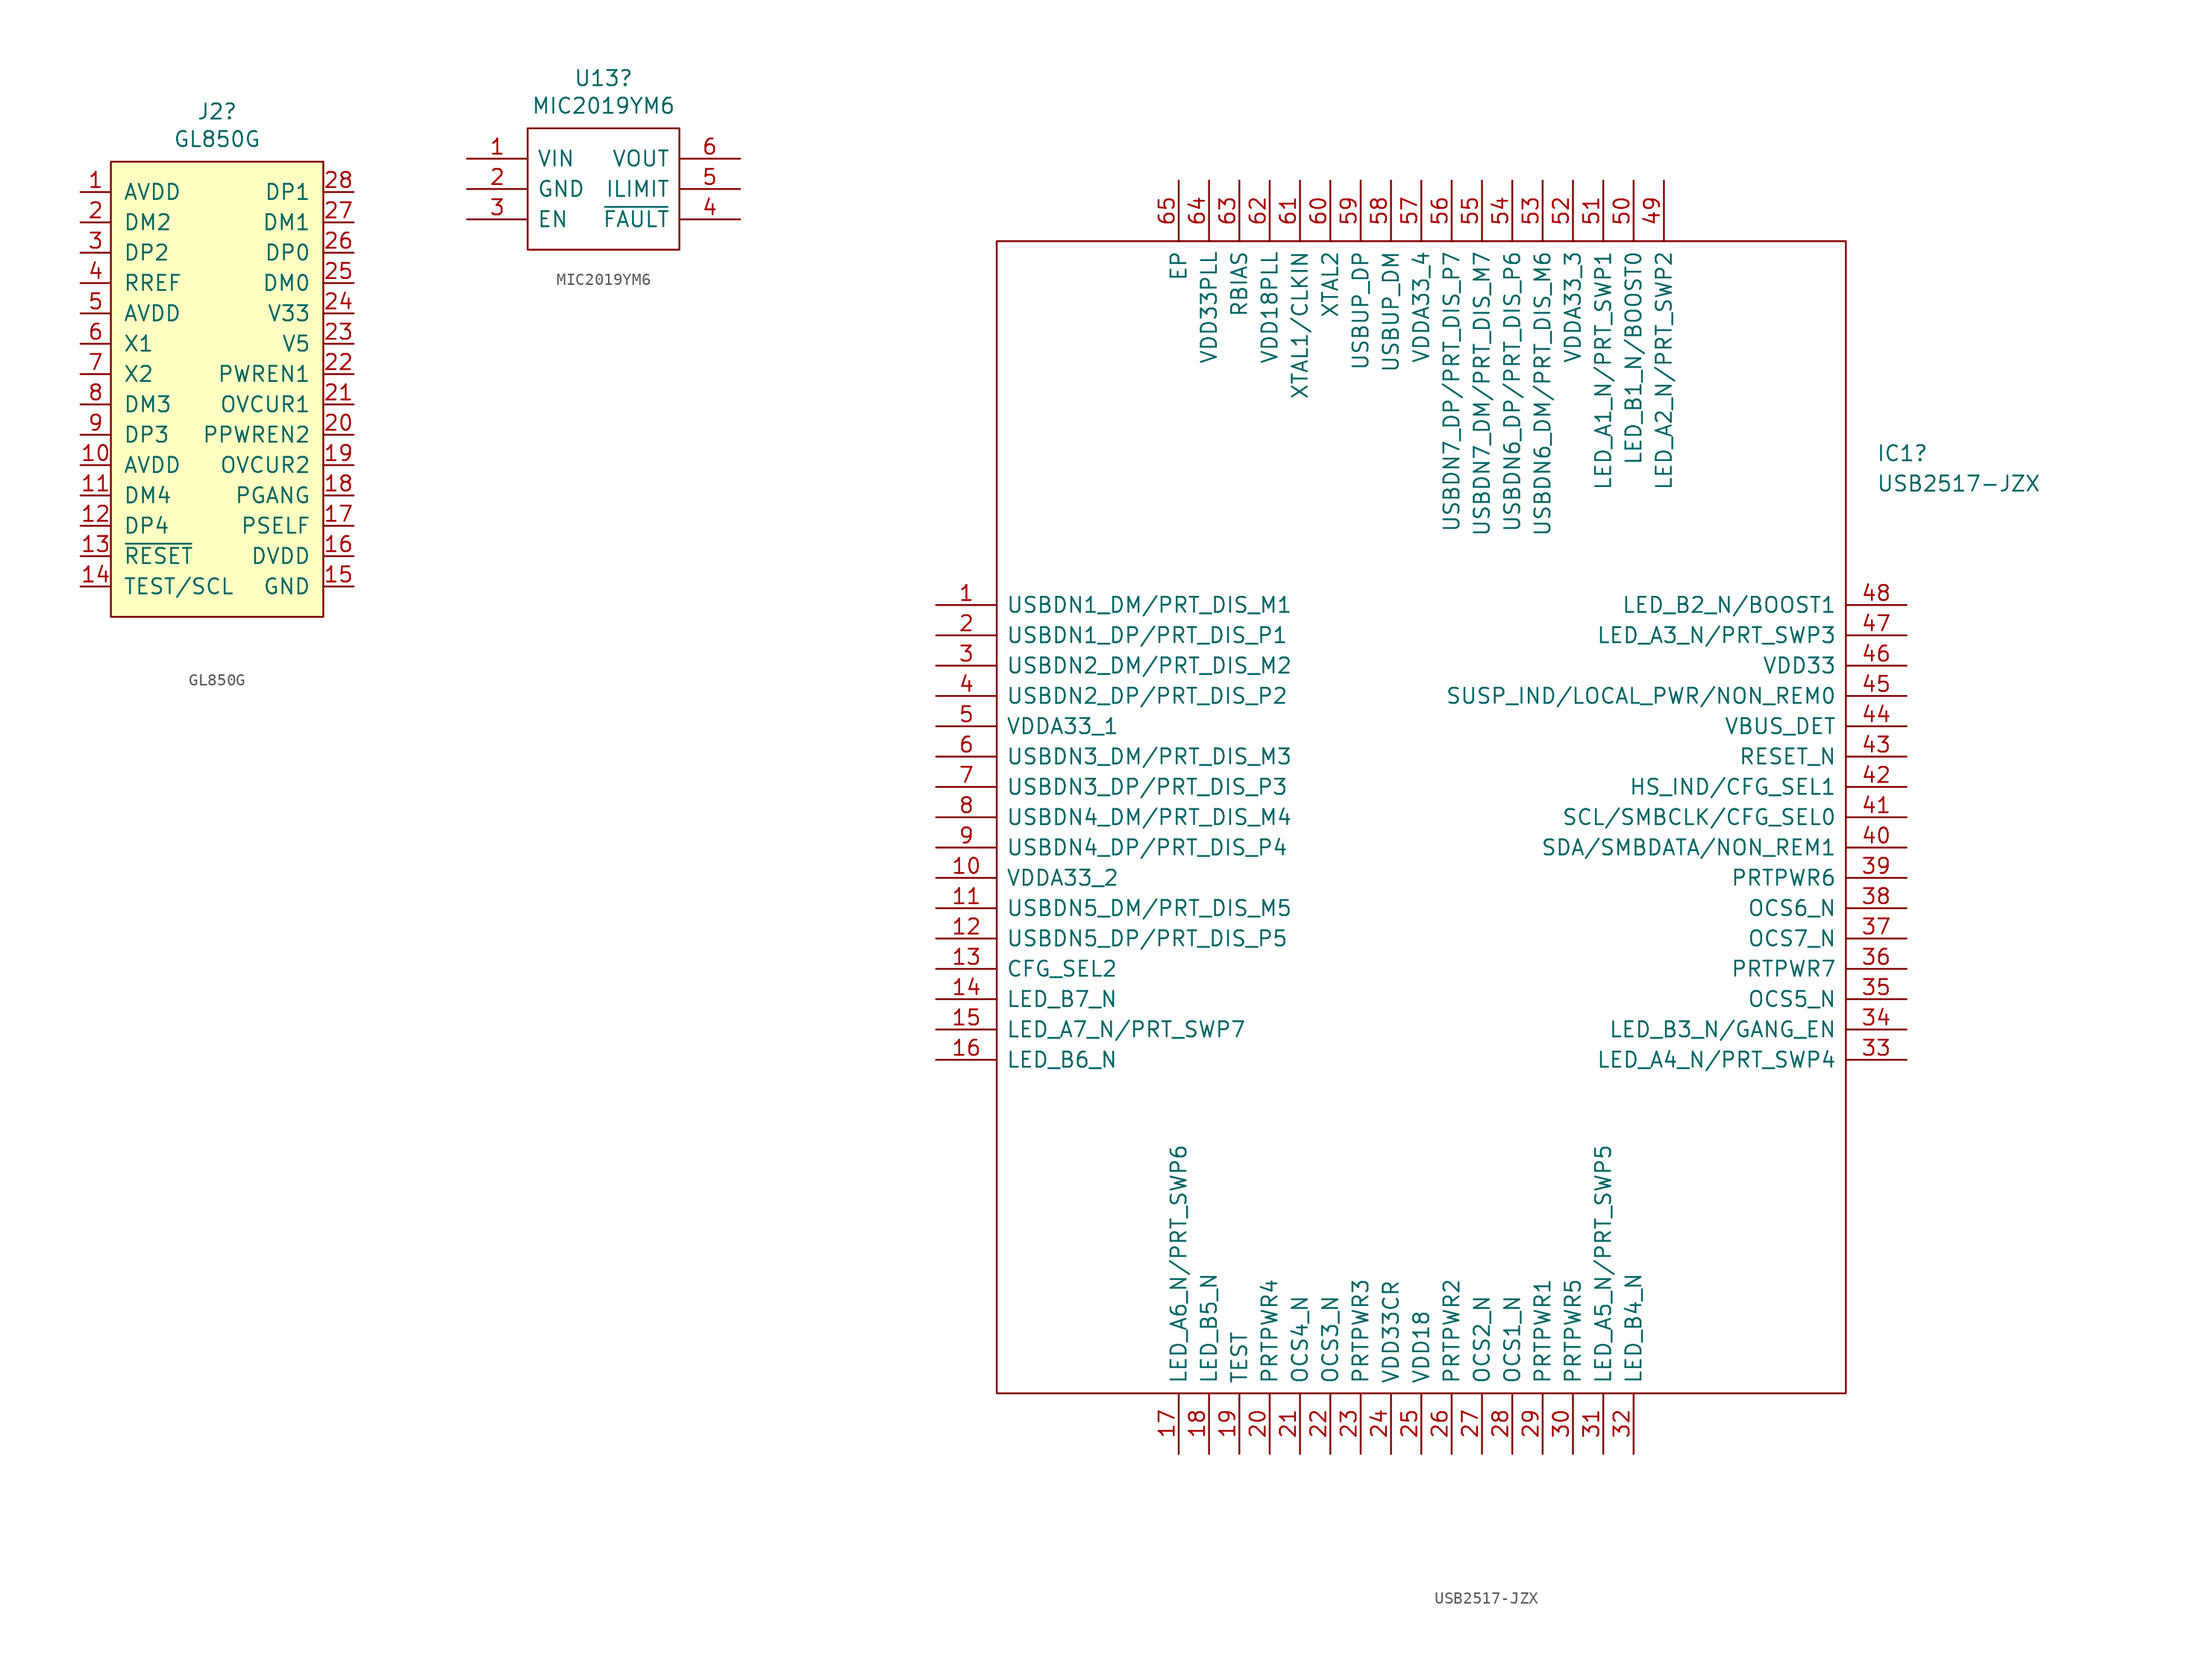
<source format=kicad_sym>
(kicad_symbol_lib
  (version 20211014)
  (generator kicad_symbol_editor)
  (symbol "GL850G"
    (pin_names
      (offset 1.016))
    (property "Reference" "J2"
      (at 0 23.241 0)
      (effects (font (size 1.27 1.27))))
    (property "Value" "GL850G"
      (at 0 20.93 0)
      (effects (font (size 1.27 1.27))))
    (symbol "GL850G_0_1"
      (rectangle (start -8.89 19.05) (end 8.89 -19.05) (stroke (width 0) (type default) (color 0 0 0 0)) (fill (type background))))
    (symbol "GL850G_1_1"
      (pin unspecified line (at -11.43 16.51 0) (length 2.54) (name "AVDD" (effects (font (size 1.27 1.27)))) (number "1" (effects (font (size 1.27 1.27)))))
      (pin unspecified line (at -11.43 -6.35 0) (length 2.54) (name "AVDD" (effects (font (size 1.27 1.27)))) (number "10" (effects (font (size 1.27 1.27)))))
      (pin unspecified line (at -11.43 -8.89 0) (length 2.54) (name "DM4" (effects (font (size 1.27 1.27)))) (number "11" (effects (font (size 1.27 1.27)))))
      (pin unspecified line (at -11.43 -11.43 0) (length 2.54) (name "DP4" (effects (font (size 1.27 1.27)))) (number "12" (effects (font (size 1.27 1.27)))))
      (pin unspecified line (at -11.43 -13.97 0) (length 2.54) (name "~{RESET}" (effects (font (size 1.27 1.27)))) (number "13" (effects (font (size 1.27 1.27)))))
      (pin unspecified line (at -11.43 -16.51 0) (length 2.54) (name "TEST/SCL" (effects (font (size 1.27 1.27)))) (number "14" (effects (font (size 1.27 1.27)))))
      (pin unspecified line (at 11.43 -16.51 180) (length 2.54) (name "GND" (effects (font (size 1.27 1.27)))) (number "15" (effects (font (size 1.27 1.27)))))
      (pin unspecified line (at 11.43 -13.97 180) (length 2.54) (name "DVDD" (effects (font (size 1.27 1.27)))) (number "16" (effects (font (size 1.27 1.27)))))
      (pin unspecified line (at 11.43 -11.43 180) (length 2.54) (name "PSELF" (effects (font (size 1.27 1.27)))) (number "17" (effects (font (size 1.27 1.27)))))
      (pin unspecified line (at 11.43 -8.89 180) (length 2.54) (name "PGANG" (effects (font (size 1.27 1.27)))) (number "18" (effects (font (size 1.27 1.27)))))
      (pin unspecified line (at 11.43 -6.35 180) (length 2.54) (name "OVCUR2" (effects (font (size 1.27 1.27)))) (number "19" (effects (font (size 1.27 1.27)))))
      (pin unspecified line (at -11.43 13.97 0) (length 2.54) (name "DM2" (effects (font (size 1.27 1.27)))) (number "2" (effects (font (size 1.27 1.27)))))
      (pin unspecified line (at 11.43 -3.81 180) (length 2.54) (name "PPWREN2" (effects (font (size 1.27 1.27)))) (number "20" (effects (font (size 1.27 1.27)))))
      (pin unspecified line (at 11.43 -1.27 180) (length 2.54) (name "OVCUR1" (effects (font (size 1.27 1.27)))) (number "21" (effects (font (size 1.27 1.27)))))
      (pin unspecified line (at 11.43 1.27 180) (length 2.54) (name "PWREN1" (effects (font (size 1.27 1.27)))) (number "22" (effects (font (size 1.27 1.27)))))
      (pin unspecified line (at 11.43 3.81 180) (length 2.54) (name "V5" (effects (font (size 1.27 1.27)))) (number "23" (effects (font (size 1.27 1.27)))))
      (pin unspecified line (at 11.43 6.35 180) (length 2.54) (name "V33" (effects (font (size 1.27 1.27)))) (number "24" (effects (font (size 1.27 1.27)))))
      (pin unspecified line (at 11.43 8.89 180) (length 2.54) (name "DM0" (effects (font (size 1.27 1.27)))) (number "25" (effects (font (size 1.27 1.27)))))
      (pin unspecified line (at 11.43 11.43 180) (length 2.54) (name "DP0" (effects (font (size 1.27 1.27)))) (number "26" (effects (font (size 1.27 1.27)))))
      (pin unspecified line (at 11.43 13.97 180) (length 2.54) (name "DM1" (effects (font (size 1.27 1.27)))) (number "27" (effects (font (size 1.27 1.27)))))
      (pin unspecified line (at 11.43 16.51 180) (length 2.54) (name "DP1" (effects (font (size 1.27 1.27)))) (number "28" (effects (font (size 1.27 1.27)))))
      (pin unspecified line (at -11.43 11.43 0) (length 2.54) (name "DP2" (effects (font (size 1.27 1.27)))) (number "3" (effects (font (size 1.27 1.27)))))
      (pin unspecified line (at -11.43 8.89 0) (length 2.54) (name "RREF" (effects (font (size 1.27 1.27)))) (number "4" (effects (font (size 1.27 1.27)))))
      (pin unspecified line (at -11.43 6.35 0) (length 2.54) (name "AVDD" (effects (font (size 1.27 1.27)))) (number "5" (effects (font (size 1.27 1.27)))))
      (pin unspecified line (at -11.43 3.81 0) (length 2.54) (name "X1" (effects (font (size 1.27 1.27)))) (number "6" (effects (font (size 1.27 1.27)))))
      (pin unspecified line (at -11.43 1.27 0) (length 2.54) (name "X2" (effects (font (size 1.27 1.27)))) (number "7" (effects (font (size 1.27 1.27)))))
      (pin unspecified line (at -11.43 -1.27 0) (length 2.54) (name "DM3" (effects (font (size 1.27 1.27)))) (number "8" (effects (font (size 1.27 1.27)))))
      (pin unspecified line (at -11.43 -3.81 0) (length 2.54) (name "DP3" (effects (font (size 1.27 1.27)))) (number "9" (effects (font (size 1.27 1.27)))))))
  (symbol "MIC2019YM6"
    (pin_names
      (offset 0.762))
    (property "Reference" "U13"
      (at 11.43 6.731 0)
      (effects (font (size 1.27 1.27))))
    (property "Value" "MIC2019YM6"
      (at 11.43 4.42 0)
      (effects (font (size 1.27 1.27))))
    (symbol "MIC2019YM6_0_0"
      (pin power_in line (at 0 0 0) (length 5.08) (name "VIN" (effects (font (size 1.27 1.27)))) (number "1" (effects (font (size 1.27 1.27)))))
      (pin power_in line (at 0 -2.54 0) (length 5.08) (name "GND" (effects (font (size 1.27 1.27)))) (number "2" (effects (font (size 1.27 1.27)))))
      (pin input line (at 0 -5.08 0) (length 5.08) (name "EN" (effects (font (size 1.27 1.27)))) (number "3" (effects (font (size 1.27 1.27)))))
      (pin output line (at 22.86 -5.08 180) (length 5.08) (name "~{FAULT}" (effects (font (size 1.27 1.27)))) (number "4" (effects (font (size 1.27 1.27)))))
      (pin input line (at 22.86 -2.54 180) (length 5.08) (name "ILIMIT" (effects (font (size 1.27 1.27)))) (number "5" (effects (font (size 1.27 1.27)))))
      (pin power_in line (at 22.86 0 180) (length 5.08) (name "VOUT" (effects (font (size 1.27 1.27)))) (number "6" (effects (font (size 1.27 1.27))))))
    (symbol "MIC2019YM6_0_1"
      (rectangle (start 5.08 2.54) (end 17.78 -7.62) (stroke (width 0) (type default) (color 0 0 0 0)) (fill (type none)))))
  (symbol "USB2517-JZX"
    (pin_names
      (offset 0.762))
    (property "Reference" "IC1"
      (at 78.74 12.7 0)
      (effects (font (size 1.27 1.27)) (justify left)))
    (property "Value" "USB2517-JZX"
      (at 78.74 10.16 0)
      (effects (font (size 1.27 1.27)) (justify left)))
    (symbol "USB2517-JZX_0_0"
      (pin passive line (at 0 0 0) (length 5.08) (name "USBDN1_DM/PRT_DIS_M1" (effects (font (size 1.27 1.27)))) (number "1" (effects (font (size 1.27 1.27)))))
      (pin power_in line (at 0 -22.86 0) (length 5.08) (name "VDDA33_2" (effects (font (size 1.27 1.27)))) (number "10" (effects (font (size 1.27 1.27)))))
      (pin passive line (at 0 -25.4 0) (length 5.08) (name "USBDN5_DM/PRT_DIS_M5" (effects (font (size 1.27 1.27)))) (number "11" (effects (font (size 1.27 1.27)))))
      (pin passive line (at 0 -27.94 0) (length 5.08) (name "USBDN5_DP/PRT_DIS_P5" (effects (font (size 1.27 1.27)))) (number "12" (effects (font (size 1.27 1.27)))))
      (pin passive line (at 0 -30.48 0) (length 5.08) (name "CFG_SEL2" (effects (font (size 1.27 1.27)))) (number "13" (effects (font (size 1.27 1.27)))))
      (pin passive line (at 0 -33.02 0) (length 5.08) (name "LED_B7_N" (effects (font (size 1.27 1.27)))) (number "14" (effects (font (size 1.27 1.27)))))
      (pin passive line (at 0 -35.56 0) (length 5.08) (name "LED_A7_N/PRT_SWP7" (effects (font (size 1.27 1.27)))) (number "15" (effects (font (size 1.27 1.27)))))
      (pin passive line (at 0 -38.1 0) (length 5.08) (name "LED_B6_N" (effects (font (size 1.27 1.27)))) (number "16" (effects (font (size 1.27 1.27)))))
      (pin passive line (at 20.32 -71.12 90) (length 5.08) (name "LED_A6_N/PRT_SWP6" (effects (font (size 1.27 1.27)))) (number "17" (effects (font (size 1.27 1.27)))))
      (pin passive line (at 22.86 -71.12 90) (length 5.08) (name "LED_B5_N" (effects (font (size 1.27 1.27)))) (number "18" (effects (font (size 1.27 1.27)))))
      (pin passive line (at 25.4 -71.12 90) (length 5.08) (name "TEST" (effects (font (size 1.27 1.27)))) (number "19" (effects (font (size 1.27 1.27)))))
      (pin passive line (at 0 -2.54 0) (length 5.08) (name "USBDN1_DP/PRT_DIS_P1" (effects (font (size 1.27 1.27)))) (number "2" (effects (font (size 1.27 1.27)))))
      (pin passive line (at 27.94 -71.12 90) (length 5.08) (name "PRTPWR4" (effects (font (size 1.27 1.27)))) (number "20" (effects (font (size 1.27 1.27)))))
      (pin input line (at 30.48 -71.12 90) (length 5.08) (name "OCS4_N" (effects (font (size 1.27 1.27)))) (number "21" (effects (font (size 1.27 1.27)))))
      (pin input line (at 33.02 -71.12 90) (length 5.08) (name "OCS3_N" (effects (font (size 1.27 1.27)))) (number "22" (effects (font (size 1.27 1.27)))))
      (pin passive line (at 35.56 -71.12 90) (length 5.08) (name "PRTPWR3" (effects (font (size 1.27 1.27)))) (number "23" (effects (font (size 1.27 1.27)))))
      (pin power_in line (at 38.1 -71.12 90) (length 5.08) (name "VDD33CR" (effects (font (size 1.27 1.27)))) (number "24" (effects (font (size 1.27 1.27)))))
      (pin power_in line (at 40.64 -71.12 90) (length 5.08) (name "VDD18" (effects (font (size 1.27 1.27)))) (number "25" (effects (font (size 1.27 1.27)))))
      (pin passive line (at 43.18 -71.12 90) (length 5.08) (name "PRTPWR2" (effects (font (size 1.27 1.27)))) (number "26" (effects (font (size 1.27 1.27)))))
      (pin input line (at 45.72 -71.12 90) (length 5.08) (name "OCS2_N" (effects (font (size 1.27 1.27)))) (number "27" (effects (font (size 1.27 1.27)))))
      (pin input line (at 48.26 -71.12 90) (length 5.08) (name "OCS1_N" (effects (font (size 1.27 1.27)))) (number "28" (effects (font (size 1.27 1.27)))))
      (pin passive line (at 50.8 -71.12 90) (length 5.08) (name "PRTPWR1" (effects (font (size 1.27 1.27)))) (number "29" (effects (font (size 1.27 1.27)))))
      (pin passive line (at 0 -5.08 0) (length 5.08) (name "USBDN2_DM/PRT_DIS_M2" (effects (font (size 1.27 1.27)))) (number "3" (effects (font (size 1.27 1.27)))))
      (pin passive line (at 53.34 -71.12 90) (length 5.08) (name "PRTPWR5" (effects (font (size 1.27 1.27)))) (number "30" (effects (font (size 1.27 1.27)))))
      (pin passive line (at 55.88 -71.12 90) (length 5.08) (name "LED_A5_N/PRT_SWP5" (effects (font (size 1.27 1.27)))) (number "31" (effects (font (size 1.27 1.27)))))
      (pin passive line (at 58.42 -71.12 90) (length 5.08) (name "LED_B4_N" (effects (font (size 1.27 1.27)))) (number "32" (effects (font (size 1.27 1.27)))))
      (pin passive line (at 81.28 -38.1 180) (length 5.08) (name "LED_A4_N/PRT_SWP4" (effects (font (size 1.27 1.27)))) (number "33" (effects (font (size 1.27 1.27)))))
      (pin passive line (at 81.28 -35.56 180) (length 5.08) (name "LED_B3_N/GANG_EN" (effects (font (size 1.27 1.27)))) (number "34" (effects (font (size 1.27 1.27)))))
      (pin input line (at 81.28 -33.02 180) (length 5.08) (name "OCS5_N" (effects (font (size 1.27 1.27)))) (number "35" (effects (font (size 1.27 1.27)))))
      (pin passive line (at 81.28 -30.48 180) (length 5.08) (name "PRTPWR7" (effects (font (size 1.27 1.27)))) (number "36" (effects (font (size 1.27 1.27)))))
      (pin input line (at 81.28 -27.94 180) (length 5.08) (name "OCS7_N" (effects (font (size 1.27 1.27)))) (number "37" (effects (font (size 1.27 1.27)))))
      (pin input line (at 81.28 -25.4 180) (length 5.08) (name "OCS6_N" (effects (font (size 1.27 1.27)))) (number "38" (effects (font (size 1.27 1.27)))))
      (pin passive line (at 81.28 -22.86 180) (length 5.08) (name "PRTPWR6" (effects (font (size 1.27 1.27)))) (number "39" (effects (font (size 1.27 1.27)))))
      (pin passive line (at 0 -7.62 0) (length 5.08) (name "USBDN2_DP/PRT_DIS_P2" (effects (font (size 1.27 1.27)))) (number "4" (effects (font (size 1.27 1.27)))))
      (pin passive line (at 81.28 -20.32 180) (length 5.08) (name "SDA/SMBDATA/NON_REM1" (effects (font (size 1.27 1.27)))) (number "40" (effects (font (size 1.27 1.27)))))
      (pin input line (at 81.28 -17.78 180) (length 5.08) (name "SCL/SMBCLK/CFG_SEL0" (effects (font (size 1.27 1.27)))) (number "41" (effects (font (size 1.27 1.27)))))
      (pin input line (at 81.28 -15.24 180) (length 5.08) (name "HS_IND/CFG_SEL1" (effects (font (size 1.27 1.27)))) (number "42" (effects (font (size 1.27 1.27)))))
      (pin passive line (at 81.28 -12.7 180) (length 5.08) (name "RESET_N" (effects (font (size 1.27 1.27)))) (number "43" (effects (font (size 1.27 1.27)))))
      (pin passive line (at 81.28 -10.16 180) (length 5.08) (name "VBUS_DET" (effects (font (size 1.27 1.27)))) (number "44" (effects (font (size 1.27 1.27)))))
      (pin input line (at 81.28 -7.62 180) (length 5.08) (name "SUSP_IND/LOCAL_PWR/NON_REM0" (effects (font (size 1.27 1.27)))) (number "45" (effects (font (size 1.27 1.27)))))
      (pin power_in line (at 81.28 -5.08 180) (length 5.08) (name "VDD33" (effects (font (size 1.27 1.27)))) (number "46" (effects (font (size 1.27 1.27)))))
      (pin passive line (at 81.28 -2.54 180) (length 5.08) (name "LED_A3_N/PRT_SWP3" (effects (font (size 1.27 1.27)))) (number "47" (effects (font (size 1.27 1.27)))))
      (pin passive line (at 81.28 0 180) (length 5.08) (name "LED_B2_N/BOOST1" (effects (font (size 1.27 1.27)))) (number "48" (effects (font (size 1.27 1.27)))))
      (pin passive line (at 60.96 35.56 270) (length 5.08) (name "LED_A2_N/PRT_SWP2" (effects (font (size 1.27 1.27)))) (number "49" (effects (font (size 1.27 1.27)))))
      (pin power_in line (at 0 -10.16 0) (length 5.08) (name "VDDA33_1" (effects (font (size 1.27 1.27)))) (number "5" (effects (font (size 1.27 1.27)))))
      (pin passive line (at 58.42 35.56 270) (length 5.08) (name "LED_B1_N/BOOST0" (effects (font (size 1.27 1.27)))) (number "50" (effects (font (size 1.27 1.27)))))
      (pin passive line (at 55.88 35.56 270) (length 5.08) (name "LED_A1_N/PRT_SWP1" (effects (font (size 1.27 1.27)))) (number "51" (effects (font (size 1.27 1.27)))))
      (pin power_in line (at 53.34 35.56 270) (length 5.08) (name "VDDA33_3" (effects (font (size 1.27 1.27)))) (number "52" (effects (font (size 1.27 1.27)))))
      (pin passive line (at 50.8 35.56 270) (length 5.08) (name "USBDN6_DM/PRT_DIS_M6" (effects (font (size 1.27 1.27)))) (number "53" (effects (font (size 1.27 1.27)))))
      (pin passive line (at 48.26 35.56 270) (length 5.08) (name "USBDN6_DP/PRT_DIS_P6" (effects (font (size 1.27 1.27)))) (number "54" (effects (font (size 1.27 1.27)))))
      (pin passive line (at 45.72 35.56 270) (length 5.08) (name "USBDN7_DM/PRT_DIS_M7" (effects (font (size 1.27 1.27)))) (number "55" (effects (font (size 1.27 1.27)))))
      (pin passive line (at 43.18 35.56 270) (length 5.08) (name "USBDN7_DP/PRT_DIS_P7" (effects (font (size 1.27 1.27)))) (number "56" (effects (font (size 1.27 1.27)))))
      (pin power_in line (at 40.64 35.56 270) (length 5.08) (name "VDDA33_4" (effects (font (size 1.27 1.27)))) (number "57" (effects (font (size 1.27 1.27)))))
      (pin passive line (at 38.1 35.56 270) (length 5.08) (name "USBUP_DM" (effects (font (size 1.27 1.27)))) (number "58" (effects (font (size 1.27 1.27)))))
      (pin passive line (at 35.56 35.56 270) (length 5.08) (name "USBUP_DP" (effects (font (size 1.27 1.27)))) (number "59" (effects (font (size 1.27 1.27)))))
      (pin passive line (at 0 -12.7 0) (length 5.08) (name "USBDN3_DM/PRT_DIS_M3" (effects (font (size 1.27 1.27)))) (number "6" (effects (font (size 1.27 1.27)))))
      (pin passive line (at 33.02 35.56 270) (length 5.08) (name "XTAL2" (effects (font (size 1.27 1.27)))) (number "60" (effects (font (size 1.27 1.27)))))
      (pin input line (at 30.48 35.56 270) (length 5.08) (name "XTAL1/CLKIN" (effects (font (size 1.27 1.27)))) (number "61" (effects (font (size 1.27 1.27)))))
      (pin power_in line (at 27.94 35.56 270) (length 5.08) (name "VDD18PLL" (effects (font (size 1.27 1.27)))) (number "62" (effects (font (size 1.27 1.27)))))
      (pin passive line (at 25.4 35.56 270) (length 5.08) (name "RBIAS" (effects (font (size 1.27 1.27)))) (number "63" (effects (font (size 1.27 1.27)))))
      (pin power_in line (at 22.86 35.56 270) (length 5.08) (name "VDD33PLL" (effects (font (size 1.27 1.27)))) (number "64" (effects (font (size 1.27 1.27)))))
      (pin passive line (at 20.32 35.56 270) (length 5.08) (name "EP" (effects (font (size 1.27 1.27)))) (number "65" (effects (font (size 1.27 1.27)))))
      (pin passive line (at 0 -15.24 0) (length 5.08) (name "USBDN3_DP/PRT_DIS_P3" (effects (font (size 1.27 1.27)))) (number "7" (effects (font (size 1.27 1.27)))))
      (pin passive line (at 0 -17.78 0) (length 5.08) (name "USBDN4_DM/PRT_DIS_M4" (effects (font (size 1.27 1.27)))) (number "8" (effects (font (size 1.27 1.27)))))
      (pin passive line (at 0 -20.32 0) (length 5.08) (name "USBDN4_DP/PRT_DIS_P4" (effects (font (size 1.27 1.27)))) (number "9" (effects (font (size 1.27 1.27))))))
    (symbol "USB2517-JZX_0_1"
      (polyline (pts (xy 5.08 30.48) (xy 76.2 30.48) (xy 76.2 -66.04) (xy 5.08 -66.04) (xy 5.08 30.48)) (stroke (width 0.152) (type default) (color 0 0 0 0)) (fill (type none))))))
</source>
